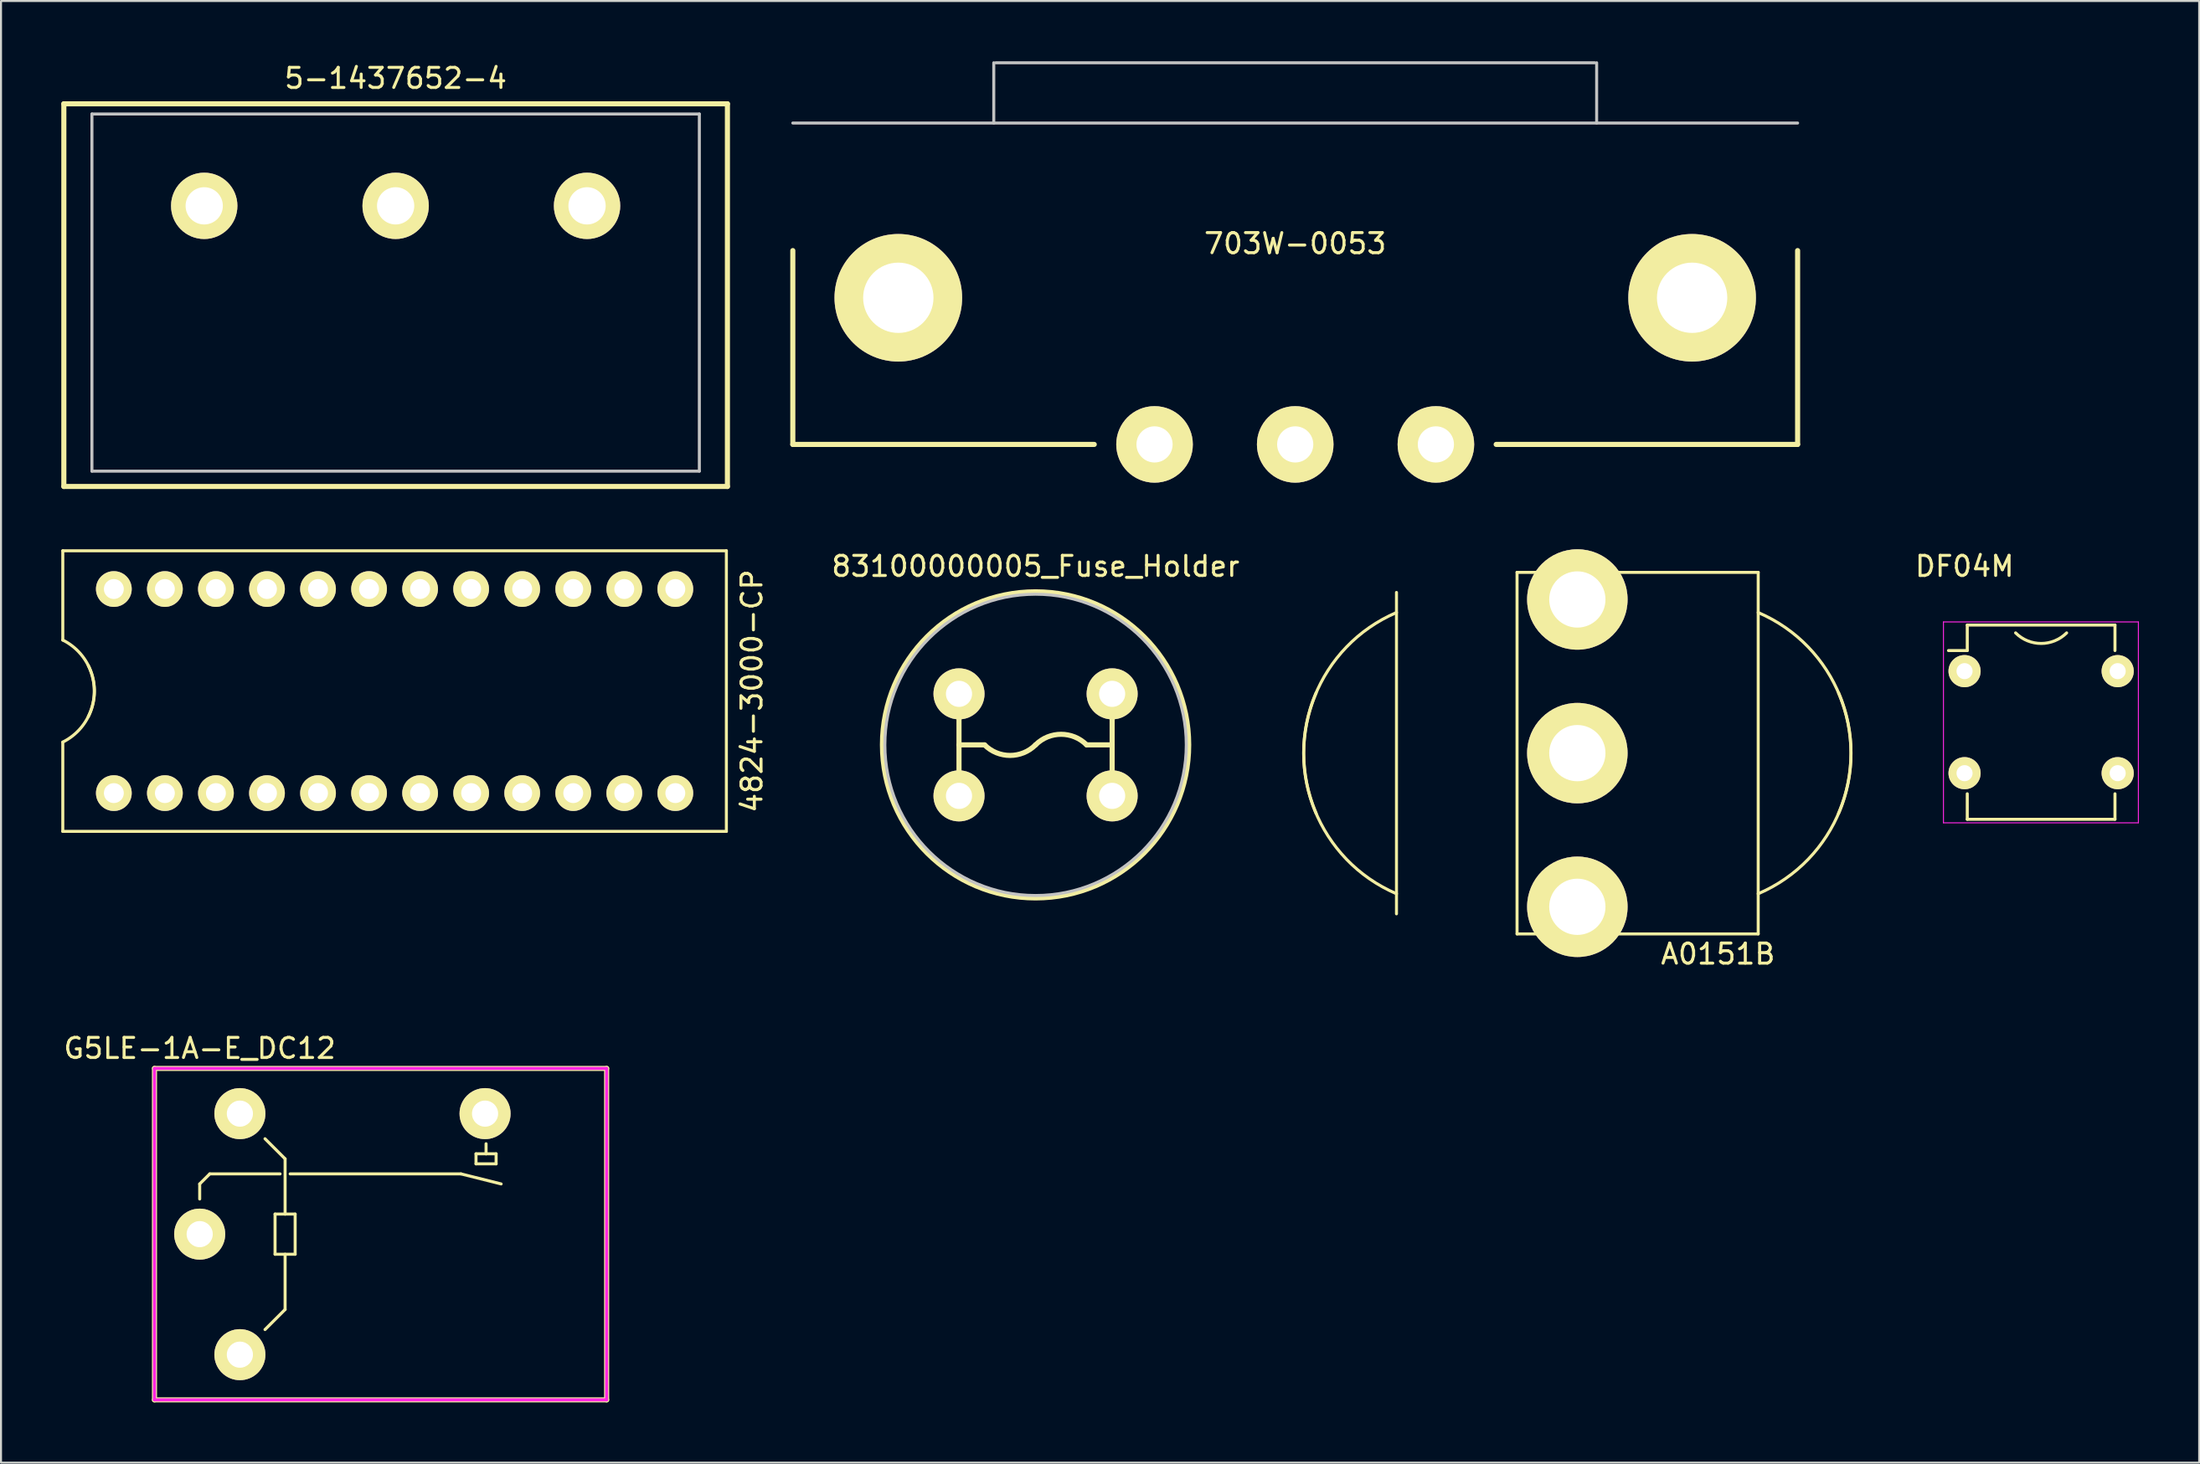
<source format=kicad_pcb>
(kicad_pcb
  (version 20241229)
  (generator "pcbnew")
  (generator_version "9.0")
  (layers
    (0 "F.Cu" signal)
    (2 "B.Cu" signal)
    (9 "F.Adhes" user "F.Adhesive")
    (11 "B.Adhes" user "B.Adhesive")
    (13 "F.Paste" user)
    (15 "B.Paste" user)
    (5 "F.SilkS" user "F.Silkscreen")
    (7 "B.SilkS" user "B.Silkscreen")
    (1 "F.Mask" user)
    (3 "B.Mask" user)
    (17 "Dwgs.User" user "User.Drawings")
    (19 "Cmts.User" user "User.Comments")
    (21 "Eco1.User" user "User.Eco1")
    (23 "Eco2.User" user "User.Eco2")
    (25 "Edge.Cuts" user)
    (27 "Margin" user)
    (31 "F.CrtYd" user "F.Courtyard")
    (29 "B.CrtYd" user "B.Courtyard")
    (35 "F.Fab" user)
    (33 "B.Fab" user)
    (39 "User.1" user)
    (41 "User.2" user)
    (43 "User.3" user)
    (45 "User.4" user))
  (footprint "5-1437652-4"
    (layer "F.Cu")
    (at 16.637 7.198)
    (property "Reference" "5-1437652-4" (at 0 -6.35 0) (layer "F.SilkS") (effects (font (size 1 1) (thickness 0.15))))
    (attr through_hole)
    (fp_line (start -16.51 -5.08) (end 16.51 -5.08) (stroke (width 0.254) (type solid)) (layer "F.SilkS"))
    (fp_line (start -16.51 13.97) (end -16.51 -5.08) (stroke (width 0.254) (type solid)) (layer "F.SilkS"))
    (fp_line (start 16.51 -5.08) (end 16.51 13.97) (stroke (width 0.254) (type solid)) (layer "F.SilkS"))
    (fp_line (start 16.51 13.97) (end -16.51 13.97) (stroke (width 0.254) (type solid)) (layer "F.SilkS"))
    (fp_line (start -15.113 -4.572) (end 15.113 -4.572) (stroke (width 0.15) (type solid)) (layer "Dwgs.User"))
    (fp_line (start -15.113 13.208) (end -15.113 -4.572) (stroke (width 0.15) (type solid)) (layer "Dwgs.User"))
    (fp_line (start 15.113 -4.572) (end 15.113 13.208) (stroke (width 0.15) (type solid)) (layer "Dwgs.User"))
    (fp_line (start 15.113 13.208) (end -15.113 13.208) (stroke (width 0.15) (type solid)) (layer "Dwgs.User"))
    (pad "1" thru_hole circle (at -9.525 0) (size 3.302 3.302) (drill 1.854) (layers "*.Cu" "*.Mask" "F.SilkS"))
    (pad "2" thru_hole circle (at 0 0) (size 3.302 3.302) (drill 1.854) (layers "*.Cu" "*.Mask" "F.SilkS"))
    (pad "3" thru_hole circle (at 9.525 0) (size 3.302 3.302) (drill 1.854) (layers "*.Cu" "*.Mask" "F.SilkS")))
  (footprint "DF04M"
    (layer "F.Cu")
    (at 94.708 30.363)
    (property "Reference" "DF04M" (at 0 -5.22 0) (layer "F.SilkS") (effects (font (size 1 1) (thickness 0.15))))
    (attr through_hole)
    (fp_line (start 0.135 -2.295) (end 0.135 -1.025) (stroke (width 0.15) (type solid)) (layer "F.SilkS"))
    (fp_line (start 0.135 -2.295) (end 7.485 -2.295) (stroke (width 0.15) (type solid)) (layer "F.SilkS"))
    (fp_line (start 0.135 -1.025) (end -0.8 -1.025) (stroke (width 0.15) (type solid)) (layer "F.SilkS"))
    (fp_line (start 0.135 7.375) (end 0.135 6.105) (stroke (width 0.15) (type solid)) (layer "F.SilkS"))
    (fp_line (start 0.135 7.375) (end 7.485 7.375) (stroke (width 0.15) (type solid)) (layer "F.SilkS"))
    (fp_line (start 7.485 -2.295) (end 7.485 -1.025) (stroke (width 0.15) (type solid)) (layer "F.SilkS"))
    (fp_line (start 7.485 7.375) (end 7.485 6.105) (stroke (width 0.15) (type solid)) (layer "F.SilkS"))
    (fp_arc (start 5.08 -1.905) (mid 3.81 -1.378949) (end 2.54 -1.905) (stroke (width 0.15) (type solid)) (layer "F.SilkS"))
    (fp_line (start -1.05 -2.45) (end -1.05 7.55) (stroke (width 0.05) (type solid)) (layer "F.CrtYd"))
    (fp_line (start -1.05 -2.45) (end 8.65 -2.45) (stroke (width 0.05) (type solid)) (layer "F.CrtYd"))
    (fp_line (start -1.05 7.55) (end 8.65 7.55) (stroke (width 0.05) (type solid)) (layer "F.CrtYd"))
    (fp_line (start 8.65 -2.45) (end 8.65 7.55) (stroke (width 0.05) (type solid)) (layer "F.CrtYd"))
    (pad "1" thru_hole oval (at 0 0) (size 1.6 1.6) (drill 0.8) (layers "*.Cu" "*.Mask" "F.SilkS"))
    (pad "2" thru_hole oval (at 0 5.08) (size 1.6 1.6) (drill 0.8) (layers "*.Cu" "*.Mask" "F.SilkS"))
    (pad "3" thru_hole oval (at 7.62 5.08) (size 1.6 1.6) (drill 0.8) (layers "*.Cu" "*.Mask" "F.SilkS"))
    (pad "4" thru_hole oval (at 7.62 0) (size 1.6 1.6) (drill 0.8) (layers "*.Cu" "*.Mask" "F.SilkS")))
  (footprint "4824-3000-CP"
    (layer "F.Cu")
    (at 16.585 31.355)
    (property "Reference" "4824-3000-CP" (at 17.78 0 90) (layer "F.SilkS") (effects (font (size 1 1) (thickness 0.15))))
    (attr through_hole)
    (fp_line (start -16.51 -6.985) (end 16.51 -6.985) (stroke (width 0.15) (type solid)) (layer "F.SilkS"))
    (fp_line (start -16.51 -2.54) (end -16.51 -6.985) (stroke (width 0.15) (type solid)) (layer "F.SilkS"))
    (fp_line (start -16.51 2.54) (end -16.51 6.985) (stroke (width 0.15) (type solid)) (layer "F.SilkS"))
    (fp_line (start 16.51 -6.985) (end 16.51 6.985) (stroke (width 0.15) (type solid)) (layer "F.SilkS"))
    (fp_line (start 16.51 6.985) (end -16.51 6.985) (stroke (width 0.15) (type solid)) (layer "F.SilkS"))
    (fp_arc (start -16.51 -2.54) (mid -15.085923 -0.898026) (end -15.24 1.27) (stroke (width 0.15) (type solid)) (layer "F.SilkS"))
    (fp_arc (start -15.24 -1.27) (mid -15.085923 0.898026) (end -16.51 2.54) (stroke (width 0.15) (type solid)) (layer "F.SilkS"))
    (pad "1" thru_hole circle (at -13.97 5.08) (size 1.778 1.778) (drill 0.991) (layers "*.Cu" "*.Mask" "F.SilkS"))
    (pad "2" thru_hole circle (at -11.43 5.08) (size 1.778 1.778) (drill 0.991) (layers "*.Cu" "*.Mask" "F.SilkS"))
    (pad "3" thru_hole circle (at -8.89 5.08) (size 1.778 1.778) (drill 0.991) (layers "*.Cu" "*.Mask" "F.SilkS"))
    (pad "4" thru_hole circle (at -6.35 5.08) (size 1.778 1.778) (drill 0.991) (layers "*.Cu" "*.Mask" "F.SilkS"))
    (pad "5" thru_hole circle (at -3.81 5.08) (size 1.778 1.778) (drill 0.991) (layers "*.Cu" "*.Mask" "F.SilkS"))
    (pad "6" thru_hole circle (at -1.27 5.08) (size 1.778 1.778) (drill 0.991) (layers "*.Cu" "*.Mask" "F.SilkS"))
    (pad "7" thru_hole circle (at 1.27 5.08) (size 1.778 1.778) (drill 0.991) (layers "*.Cu" "*.Mask" "F.SilkS"))
    (pad "8" thru_hole circle (at 3.81 5.08) (size 1.778 1.778) (drill 0.991) (layers "*.Cu" "*.Mask" "F.SilkS"))
    (pad "9" thru_hole circle (at 6.35 5.08) (size 1.778 1.778) (drill 0.991) (layers "*.Cu" "*.Mask" "F.SilkS"))
    (pad "10" thru_hole circle (at 8.89 5.08) (size 1.778 1.778) (drill 0.991) (layers "*.Cu" "*.Mask" "F.SilkS"))
    (pad "11" thru_hole circle (at 11.43 5.08) (size 1.778 1.778) (drill 0.991) (layers "*.Cu" "*.Mask" "F.SilkS"))
    (pad "12" thru_hole circle (at 13.97 5.08) (size 1.778 1.778) (drill 0.991) (layers "*.Cu" "*.Mask" "F.SilkS"))
    (pad "13" thru_hole circle (at 13.97 -5.08) (size 1.778 1.778) (drill 0.991) (layers "*.Cu" "*.Mask" "F.SilkS"))
    (pad "14" thru_hole circle (at 11.43 -5.08) (size 1.778 1.778) (drill 0.991) (layers "*.Cu" "*.Mask" "F.SilkS"))
    (pad "15" thru_hole circle (at 8.89 -5.08) (size 1.778 1.778) (drill 0.991) (layers "*.Cu" "*.Mask" "F.SilkS"))
    (pad "16" thru_hole circle (at 6.35 -5.08) (size 1.778 1.778) (drill 0.991) (layers "*.Cu" "*.Mask" "F.SilkS"))
    (pad "17" thru_hole circle (at 3.81 -5.08) (size 1.778 1.778) (drill 0.991) (layers "*.Cu" "*.Mask" "F.SilkS"))
    (pad "18" thru_hole circle (at 1.27 -5.08) (size 1.778 1.778) (drill 0.991) (layers "*.Cu" "*.Mask" "F.SilkS"))
    (pad "19" thru_hole circle (at -1.27 -5.08) (size 1.778 1.778) (drill 0.991) (layers "*.Cu" "*.Mask" "F.SilkS"))
    (pad "20" thru_hole circle (at -3.81 -5.08) (size 1.778 1.778) (drill 0.991) (layers "*.Cu" "*.Mask" "F.SilkS"))
    (pad "21" thru_hole circle (at -6.35 -5.08) (size 1.778 1.778) (drill 0.991) (layers "*.Cu" "*.Mask" "F.SilkS"))
    (pad "22" thru_hole circle (at -8.89 -5.08) (size 1.778 1.778) (drill 0.991) (layers "*.Cu" "*.Mask" "F.SilkS"))
    (pad "23" thru_hole circle (at -11.43 -5.08) (size 1.778 1.778) (drill 0.991) (layers "*.Cu" "*.Mask" "F.SilkS"))
    (pad "24" thru_hole circle (at -13.97 -5.08) (size 1.778 1.778) (drill 0.991) (layers "*.Cu" "*.Mask" "F.SilkS")))
  (footprint "703W-0053"
    (layer "F.Cu")
    (at 61.401 3.075)
    (property "Reference" "703W-0053" (at 0 6 0) (layer "F.SilkS") (effects (font (size 1 1) (thickness 0.15))))
    (attr through_hole)
    (fp_line (start -25 6.35) (end -25 16) (stroke (width 0.254) (type solid)) (layer "F.SilkS"))
    (fp_line (start -25 16) (end -10 16) (stroke (width 0.254) (type solid)) (layer "F.SilkS"))
    (fp_line (start 10 16) (end 25 16) (stroke (width 0.254) (type solid)) (layer "F.SilkS"))
    (fp_line (start 25 16) (end 25 6.35) (stroke (width 0.254) (type solid)) (layer "F.SilkS"))
    (fp_line (start -25 -0.000007) (end 25 -0.000007) (stroke (width 0.15) (type solid)) (layer "Dwgs.User"))
    (fp_line (start -15 -3) (end -15 -0.000007) (stroke (width 0.15) (type solid)) (layer "Dwgs.User"))
    (fp_line (start -14.9 -3) (end 14.9 -3) (stroke (width 0.15) (type solid)) (layer "Dwgs.User"))
    (fp_line (start 15 -3) (end 15 -0.000007) (stroke (width 0.15) (type solid)) (layer "Dwgs.User"))
    (pad "1" thru_hole circle (at 7 16) (size 3.81 3.81) (drill 1.8) (layers "*.Cu" "*.Mask" "F.SilkS"))
    (pad "2" thru_hole circle (at 0 16) (size 3.81 3.81) (drill 1.8) (layers "*.Cu" "*.Mask" "F.SilkS"))
    (pad "3" thru_hole circle (at -7 16) (size 3.81 3.81) (drill 1.8) (layers "*.Cu" "*.Mask" "F.SilkS"))
    (pad "4" thru_hole circle (at -19.75 8.7) (size 6.35 6.35) (drill 3.5) (layers "*.Cu" "*.Mask" "F.SilkS"))
    (pad "5" thru_hole circle (at 19.75 8.7) (size 6.35 6.35) (drill 3.5) (layers "*.Cu" "*.Mask" "F.SilkS")))
  (footprint "A0151B"
    (layer "F.Cu")
    (at 75.44 34.445)
    (property "Reference" "A0151B" (at 7 10 0) (layer "F.SilkS") (effects (font (size 1 1) (thickness 0.15))))
    (attr through_hole)
    (fp_line (start -9 -8) (end -9 8) (stroke (width 0.15) (type solid)) (layer "F.SilkS"))
    (fp_line (start -3 -9) (end 9 -9) (stroke (width 0.15) (type solid)) (layer "F.SilkS"))
    (fp_line (start -3 9) (end -3 -9) (stroke (width 0.15) (type solid)) (layer "F.SilkS"))
    (fp_line (start 9 -9) (end 9 9) (stroke (width 0.15) (type solid)) (layer "F.SilkS"))
    (fp_line (start 9 9) (end -3 9) (stroke (width 0.15) (type solid)) (layer "F.SilkS"))
    (fp_arc (start -13 3) (mid -13.071068 -2.828427) (end -9 -7) (stroke (width 0.15) (type solid)) (layer "F.SilkS"))
    (fp_arc (start -9 7) (mid -13.071068 2.828427) (end -13 -3) (stroke (width 0.15) (type solid)) (layer "F.SilkS"))
    (fp_arc (start 9 -7) (mid 13.071068 -2.828427) (end 13 3) (stroke (width 0.15) (type solid)) (layer "F.SilkS"))
    (fp_arc (start 13 -3) (mid 13.071068 2.828427) (end 9 7) (stroke (width 0.15) (type solid)) (layer "F.SilkS"))
    (pad "1" thru_hole circle (at 0 7.65) (size 5 5) (drill 2.8) (layers "*.Cu" "*.Mask" "F.SilkS"))
    (pad "2" thru_hole circle (at 0 0) (size 5 5) (drill 2.8) (layers "*.Cu" "*.Mask" "F.SilkS"))
    (pad "3" thru_hole circle (at 0 -7.65) (size 5 5) (drill 2.8) (layers "*.Cu" "*.Mask" "F.SilkS")))
  (footprint "83100000005_Fuse_Holder"
    (layer "F.Cu")
    (at 48.481 34.033)
    (property "Reference" "83100000005_Fuse_Holder" (at 0 -8.89 0) (layer "F.SilkS") (effects (font (size 1 1) (thickness 0.15))))
    (attr through_hole)
    (fp_line (start -3.81 -1.27) (end -3.81 1.27) (stroke (width 0.254) (type solid)) (layer "F.SilkS"))
    (fp_line (start -2.54 0) (end -3.81 0) (stroke (width 0.254) (type solid)) (layer "F.SilkS"))
    (fp_line (start 2.54 0) (end 3.81 0) (stroke (width 0.254) (type solid)) (layer "F.SilkS"))
    (fp_line (start 3.81 -1.27) (end 3.81 1.27) (stroke (width 0.254) (type solid)) (layer "F.SilkS"))
    (fp_arc (start 0 0) (mid -1.27 0.526051) (end -2.54 0) (stroke (width 0.254) (type solid)) (layer "F.SilkS"))
    (fp_arc (start 0 0) (mid 1.27 -0.526051) (end 2.54 0) (stroke (width 0.254) (type solid)) (layer "F.SilkS"))
    (fp_circle (center 0 0) (end 7.62 0) (stroke (width 0.254) (type solid)) (fill no) (layer "F.SilkS"))
    (fp_circle (center 0 0) (end 7.5 0) (stroke (width 0.15) (type solid)) (fill no) (layer "Dwgs.User"))
    (pad "1" thru_hole circle (at -3.81 -2.54) (size 2.54 2.54) (drill 1.3) (layers "*.Cu" "*.Mask" "F.SilkS"))
    (pad "2" thru_hole circle (at -3.81 2.54) (size 2.54 2.54) (drill 1.3) (layers "*.Cu" "*.Mask" "F.SilkS"))
    (pad "3" thru_hole circle (at 3.81 2.54) (size 2.54 2.54) (drill 1.3) (layers "*.Cu" "*.Mask" "F.SilkS"))
    (pad "4" thru_hole circle (at 3.81 -2.54) (size 2.54 2.54) (drill 1.3) (layers "*.Cu" "*.Mask" "F.SilkS")))
  (footprint "G5LE-1A-E_DC12"
    (layer "F.Cu")
    (at 6.887 58.392)
    (property "Reference" "G5LE-1A-E_DC12" (at 0 -9.25 0) (layer "F.SilkS") (effects (font (size 1 1) (thickness 0.15))))
    (attr through_hole)
    (fp_line (start -2.25 -8.25) (end -2.25 8.25) (stroke (width 0.254) (type solid)) (layer "F.SilkS"))
    (fp_line (start -2.25 -8.25) (end 20.25 -8.25) (stroke (width 0.254) (type solid)) (layer "F.SilkS"))
    (fp_line (start -2.25 8.25) (end 20.25 8.25) (stroke (width 0.254) (type solid)) (layer "F.SilkS"))
    (fp_line (start 0 -2.5) (end 0.5 -3) (stroke (width 0.15) (type solid)) (layer "F.SilkS"))
    (fp_line (start 0 -1.75) (end 0 -2.5) (stroke (width 0.15) (type solid)) (layer "F.SilkS"))
    (fp_line (start 0.5 -3) (end 4 -3) (stroke (width 0.15) (type solid)) (layer "F.SilkS"))
    (fp_line (start 3.25 -4.75) (end 4.25 -3.75) (stroke (width 0.15) (type solid)) (layer "F.SilkS"))
    (fp_line (start 3.25 4.75) (end 4.25 3.75) (stroke (width 0.15) (type solid)) (layer "F.SilkS"))
    (fp_line (start 3.75 -1) (end 3.75 1) (stroke (width 0.15) (type solid)) (layer "F.SilkS"))
    (fp_line (start 3.75 1) (end 4.75 1) (stroke (width 0.15) (type solid)) (layer "F.SilkS"))
    (fp_line (start 4.25 -3.75) (end 4.25 -1) (stroke (width 0.15) (type solid)) (layer "F.SilkS"))
    (fp_line (start 4.25 -1) (end 3.75 -1) (stroke (width 0.15) (type solid)) (layer "F.SilkS"))
    (fp_line (start 4.25 3.75) (end 4.25 1) (stroke (width 0.15) (type solid)) (layer "F.SilkS"))
    (fp_line (start 4.5 -3) (end 13 -3) (stroke (width 0.15) (type solid)) (layer "F.SilkS"))
    (fp_line (start 4.75 -1) (end 4.25 -1) (stroke (width 0.15) (type solid)) (layer "F.SilkS"))
    (fp_line (start 4.75 1) (end 4.75 -1) (stroke (width 0.15) (type solid)) (layer "F.SilkS"))
    (fp_line (start 13 -3) (end 15 -2.5) (stroke (width 0.15) (type solid)) (layer "F.SilkS"))
    (fp_line (start 13.75 -4) (end 13.75 -3.5) (stroke (width 0.15) (type solid)) (layer "F.SilkS"))
    (fp_line (start 13.75 -3.5) (end 14.75 -3.5) (stroke (width 0.15) (type solid)) (layer "F.SilkS"))
    (fp_line (start 14.25 -4.5) (end 14.25 -4) (stroke (width 0.15) (type solid)) (layer "F.SilkS"))
    (fp_line (start 14.25 -4) (end 13.75 -4) (stroke (width 0.15) (type solid)) (layer "F.SilkS"))
    (fp_line (start 14.75 -4) (end 14.25 -4) (stroke (width 0.15) (type solid)) (layer "F.SilkS"))
    (fp_line (start 14.75 -3.5) (end 14.75 -4) (stroke (width 0.15) (type solid)) (layer "F.SilkS"))
    (fp_line (start 20.25 8.25) (end 20.25 -8.25) (stroke (width 0.254) (type solid)) (layer "F.SilkS"))
    (fp_line (start -2.25 -8.25) (end 20.25 -8.25) (stroke (width 0.15) (type solid)) (layer "F.CrtYd"))
    (fp_line (start -2.25 8.25) (end -2.25 -8.25) (stroke (width 0.15) (type solid)) (layer "F.CrtYd"))
    (fp_line (start 20.25 -8.25) (end 20.25 8.25) (stroke (width 0.15) (type solid)) (layer "F.CrtYd"))
    (fp_line (start 20.25 8.25) (end -2.25 8.25) (stroke (width 0.15) (type solid)) (layer "F.CrtYd"))
    (pad "1" thru_hole circle (at 0 0) (size 2.54 2.54) (drill 1.3) (layers "*.Cu" "*.Mask" "F.SilkS"))
    (pad "2" thru_hole circle (at 2 -6) (size 2.54 2.54) (drill 1.3) (layers "*.Cu" "*.Mask" "F.SilkS"))
    (pad "3" thru_hole circle (at 14.2 -6) (size 2.54 2.54) (drill 1.3) (layers "*.Cu" "*.Mask" "F.SilkS"))
    (pad "5" thru_hole circle (at 2 6) (size 2.54 2.54) (drill 1.3) (layers "*.Cu" "*.Mask" "F.SilkS")))
  (gr_rect
    (start -3 -3)
    (end 106.383 69.769)
    (stroke (width 0.1) (type default))
    (fill no)
    (layer "Edge.Cuts")))
</source>
